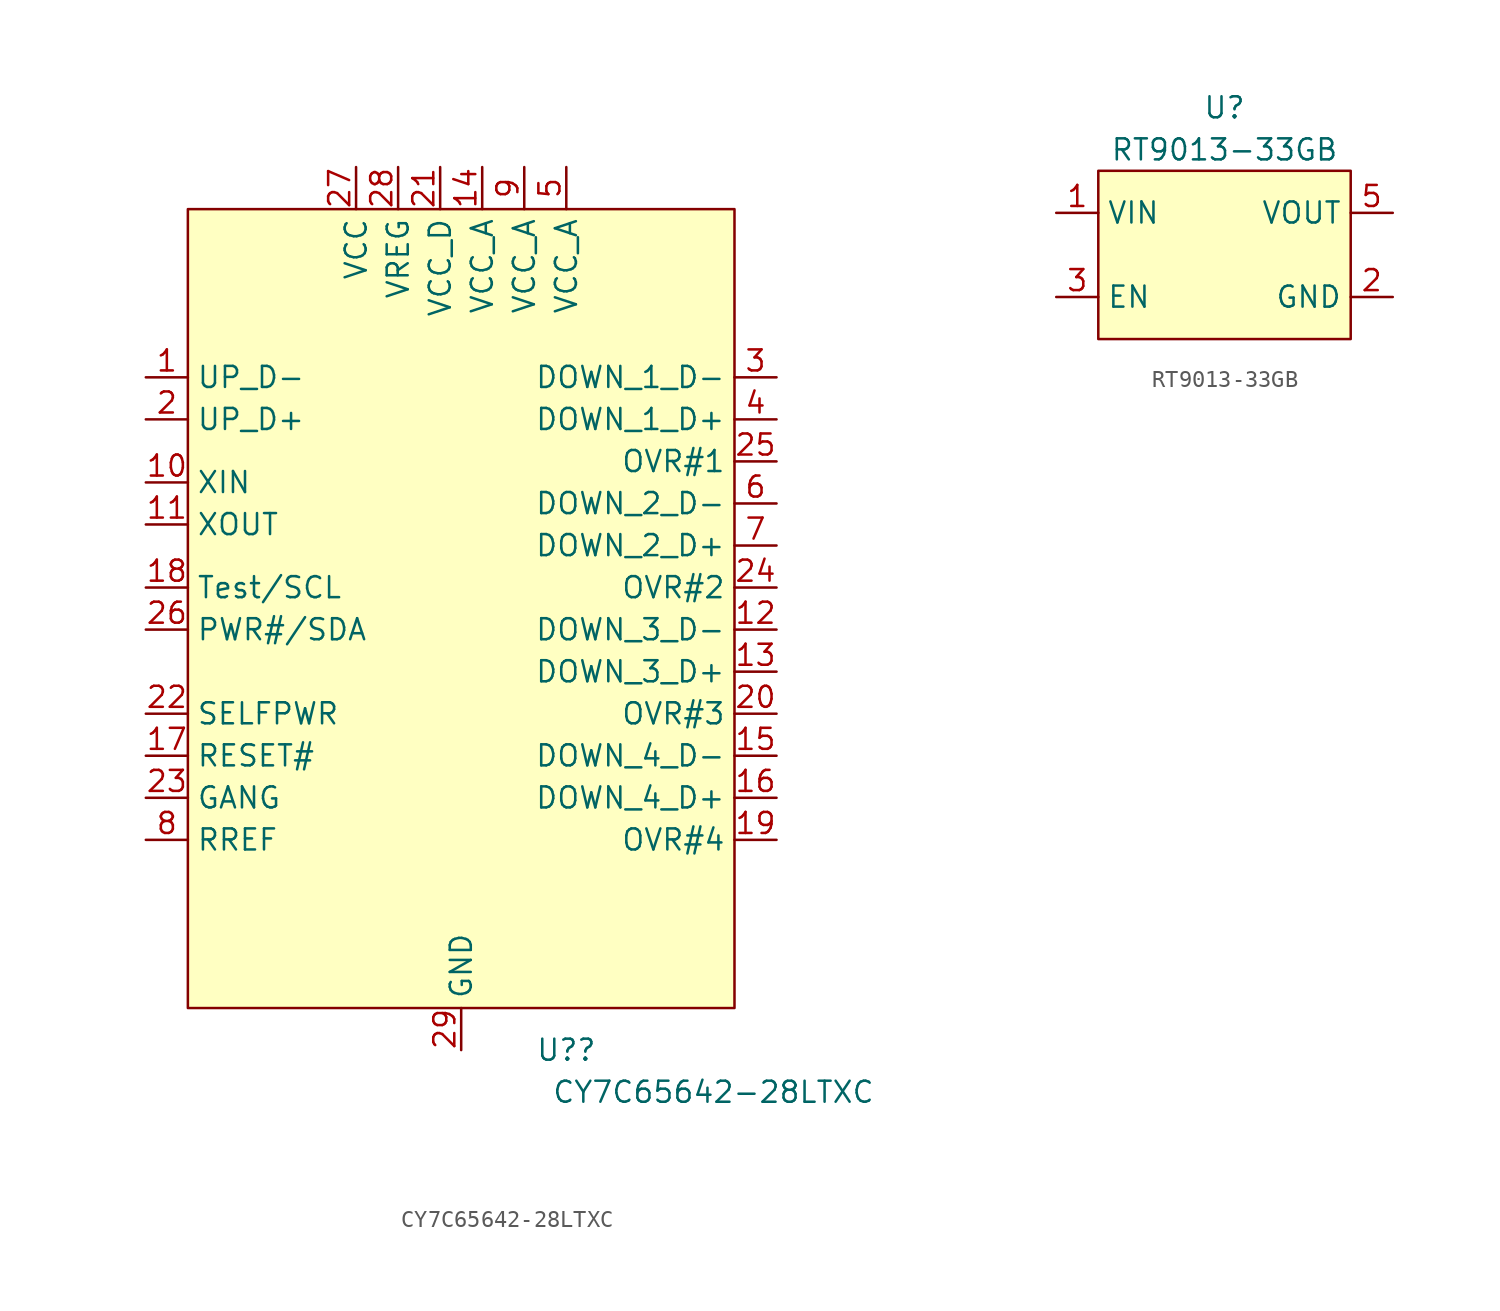
<source format=kicad_sym>
(kicad_symbol_lib
  (version 20211014)
  (generator kicad_symbol_editor)
  (symbol "CY7C65642-28LTXC"
    (property "Reference" "U?"
      (at 6.35 -26.67 0)
      (effects (font (size 1.27 1.27))))
    (property "Value" "CY7C65642-28LTXC"
      (at 15.24 -29.21 0)
      (effects (font (size 1.27 1.27))))
    (symbol "CY7C65642-28LTXC_0_0"
      (pin tri_state line (at -19.05 13.97 0) (length 2.54) (name "UP_D-" (effects (font (size 1.27 1.27)))) (number "1" (effects (font (size 1.27 1.27)))))
      (pin input line (at -19.05 7.62 0) (length 2.54) (name "XIN" (effects (font (size 1.27 1.27)))) (number "10" (effects (font (size 1.27 1.27)))))
      (pin output line (at -19.05 5.08 0) (length 2.54) (name "XOUT" (effects (font (size 1.27 1.27)))) (number "11" (effects (font (size 1.27 1.27)))))
      (pin tri_state line (at 19.05 -1.27 180) (length 2.54) (name "DOWN_3_D-" (effects (font (size 1.27 1.27)))) (number "12" (effects (font (size 1.27 1.27)))))
      (pin tri_state line (at 19.05 -3.81 180) (length 2.54) (name "DOWN_3_D+" (effects (font (size 1.27 1.27)))) (number "13" (effects (font (size 1.27 1.27)))))
      (pin power_in line (at 1.27 26.67 270) (length 2.54) (name "VCC_A" (effects (font (size 1.27 1.27)))) (number "14" (effects (font (size 1.27 1.27)))))
      (pin tri_state line (at 19.05 -8.89 180) (length 2.54) (name "DOWN_4_D-" (effects (font (size 1.27 1.27)))) (number "15" (effects (font (size 1.27 1.27)))))
      (pin tri_state line (at 19.05 -11.43 180) (length 2.54) (name "DOWN_4_D+" (effects (font (size 1.27 1.27)))) (number "16" (effects (font (size 1.27 1.27)))))
      (pin input line (at -19.05 -8.89 0) (length 2.54) (name "RESET#" (effects (font (size 1.27 1.27)))) (number "17" (effects (font (size 1.27 1.27)))))
      (pin bidirectional line (at -19.05 1.27 0) (length 2.54) (name "Test/SCL" (effects (font (size 1.27 1.27)))) (number "18" (effects (font (size 1.27 1.27)))))
      (pin input line (at 19.05 -13.97 180) (length 2.54) (name "OVR#4" (effects (font (size 1.27 1.27)))) (number "19" (effects (font (size 1.27 1.27)))))
      (pin tri_state line (at -19.05 11.43 0) (length 2.54) (name "UP_D+" (effects (font (size 1.27 1.27)))) (number "2" (effects (font (size 1.27 1.27)))))
      (pin input line (at 19.05 -6.35 180) (length 2.54) (name "OVR#3" (effects (font (size 1.27 1.27)))) (number "20" (effects (font (size 1.27 1.27)))))
      (pin power_in line (at -1.27 26.67 270) (length 2.54) (name "VCC_D" (effects (font (size 1.27 1.27)))) (number "21" (effects (font (size 1.27 1.27)))))
      (pin input line (at -19.05 -6.35 0) (length 2.54) (name "SELFPWR" (effects (font (size 1.27 1.27)))) (number "22" (effects (font (size 1.27 1.27)))))
      (pin bidirectional line (at -19.05 -11.43 0) (length 2.54) (name "GANG" (effects (font (size 1.27 1.27)))) (number "23" (effects (font (size 1.27 1.27)))))
      (pin input line (at 19.05 1.27 180) (length 2.54) (name "OVR#2" (effects (font (size 1.27 1.27)))) (number "24" (effects (font (size 1.27 1.27)))))
      (pin input line (at 19.05 8.89 180) (length 2.54) (name "OVR#1" (effects (font (size 1.27 1.27)))) (number "25" (effects (font (size 1.27 1.27)))))
      (pin bidirectional line (at -19.05 -1.27 0) (length 2.54) (name "PWR#/SDA" (effects (font (size 1.27 1.27)))) (number "26" (effects (font (size 1.27 1.27)))))
      (pin power_in line (at -6.35 26.67 270) (length 2.54) (name "VCC" (effects (font (size 1.27 1.27)))) (number "27" (effects (font (size 1.27 1.27)))))
      (pin power_in line (at -3.81 26.67 270) (length 2.54) (name "VREG" (effects (font (size 1.27 1.27)))) (number "28" (effects (font (size 1.27 1.27)))))
      (pin power_in line (at 0 -26.67 90) (length 2.54) (name "GND" (effects (font (size 1.27 1.27)))) (number "29" (effects (font (size 1.27 1.27)))))
      (pin tri_state line (at 19.05 13.97 180) (length 2.54) (name "DOWN_1_D-" (effects (font (size 1.27 1.27)))) (number "3" (effects (font (size 1.27 1.27)))))
      (pin tri_state line (at 19.05 11.43 180) (length 2.54) (name "DOWN_1_D+" (effects (font (size 1.27 1.27)))) (number "4" (effects (font (size 1.27 1.27)))))
      (pin power_in line (at 6.35 26.67 270) (length 2.54) (name "VCC_A" (effects (font (size 1.27 1.27)))) (number "5" (effects (font (size 1.27 1.27)))))
      (pin tri_state line (at 19.05 6.35 180) (length 2.54) (name "DOWN_2_D-" (effects (font (size 1.27 1.27)))) (number "6" (effects (font (size 1.27 1.27)))))
      (pin tri_state line (at 19.05 3.81 180) (length 2.54) (name "DOWN_2_D+" (effects (font (size 1.27 1.27)))) (number "7" (effects (font (size 1.27 1.27)))))
      (pin bidirectional line (at -19.05 -13.97 0) (length 2.54) (name "RREF" (effects (font (size 1.27 1.27)))) (number "8" (effects (font (size 1.27 1.27)))))
      (pin power_in line (at 3.81 26.67 270) (length 2.54) (name "VCC_A" (effects (font (size 1.27 1.27)))) (number "9" (effects (font (size 1.27 1.27))))))
    (symbol "CY7C65642-28LTXC_0_1"
      (rectangle (start -16.51 24.13) (end 16.51 -24.13) (stroke (width 0) (type default) (color 0 0 0 0)) (fill (type background)))))
  (symbol "RT9013-33GB"
    (property "Reference" "U"
      (at 0 6.35 0)
      (effects (font (size 1.27 1.27))))
    (property "Value" "RT9013-33GB"
      (at 0 3.81 0)
      (effects (font (size 1.27 1.27))))
    (symbol "RT9013-33GB_0_0"
      (pin power_in line (at -10.16 0 0) (length 2.54) (name "VIN" (effects (font (size 1.27 1.27)))) (number "1" (effects (font (size 1.27 1.27)))))
      (pin power_in line (at 10.16 -5.08 180) (length 2.54) (name "GND" (effects (font (size 1.27 1.27)))) (number "2" (effects (font (size 1.27 1.27)))))
      (pin input line (at -10.16 -5.08 0) (length 2.54) (name "EN" (effects (font (size 1.27 1.27)))) (number "3" (effects (font (size 1.27 1.27)))))
      (pin no_connect non_logic (at 10.16 -2.54 180) (length 2.54) hide (name "NC" (effects (font (size 1.27 1.27)))) (number "4" (effects (font (size 1.27 1.27)))))
      (pin power_out line (at 10.16 0 180) (length 2.54) (name "VOUT" (effects (font (size 1.27 1.27)))) (number "5" (effects (font (size 1.27 1.27))))))
    (symbol "RT9013-33GB_0_1"
      (rectangle (start -7.62 2.54) (end 7.62 -7.62) (stroke (width 0) (type default) (color 0 0 0 0)) (fill (type background))))))
</source>
